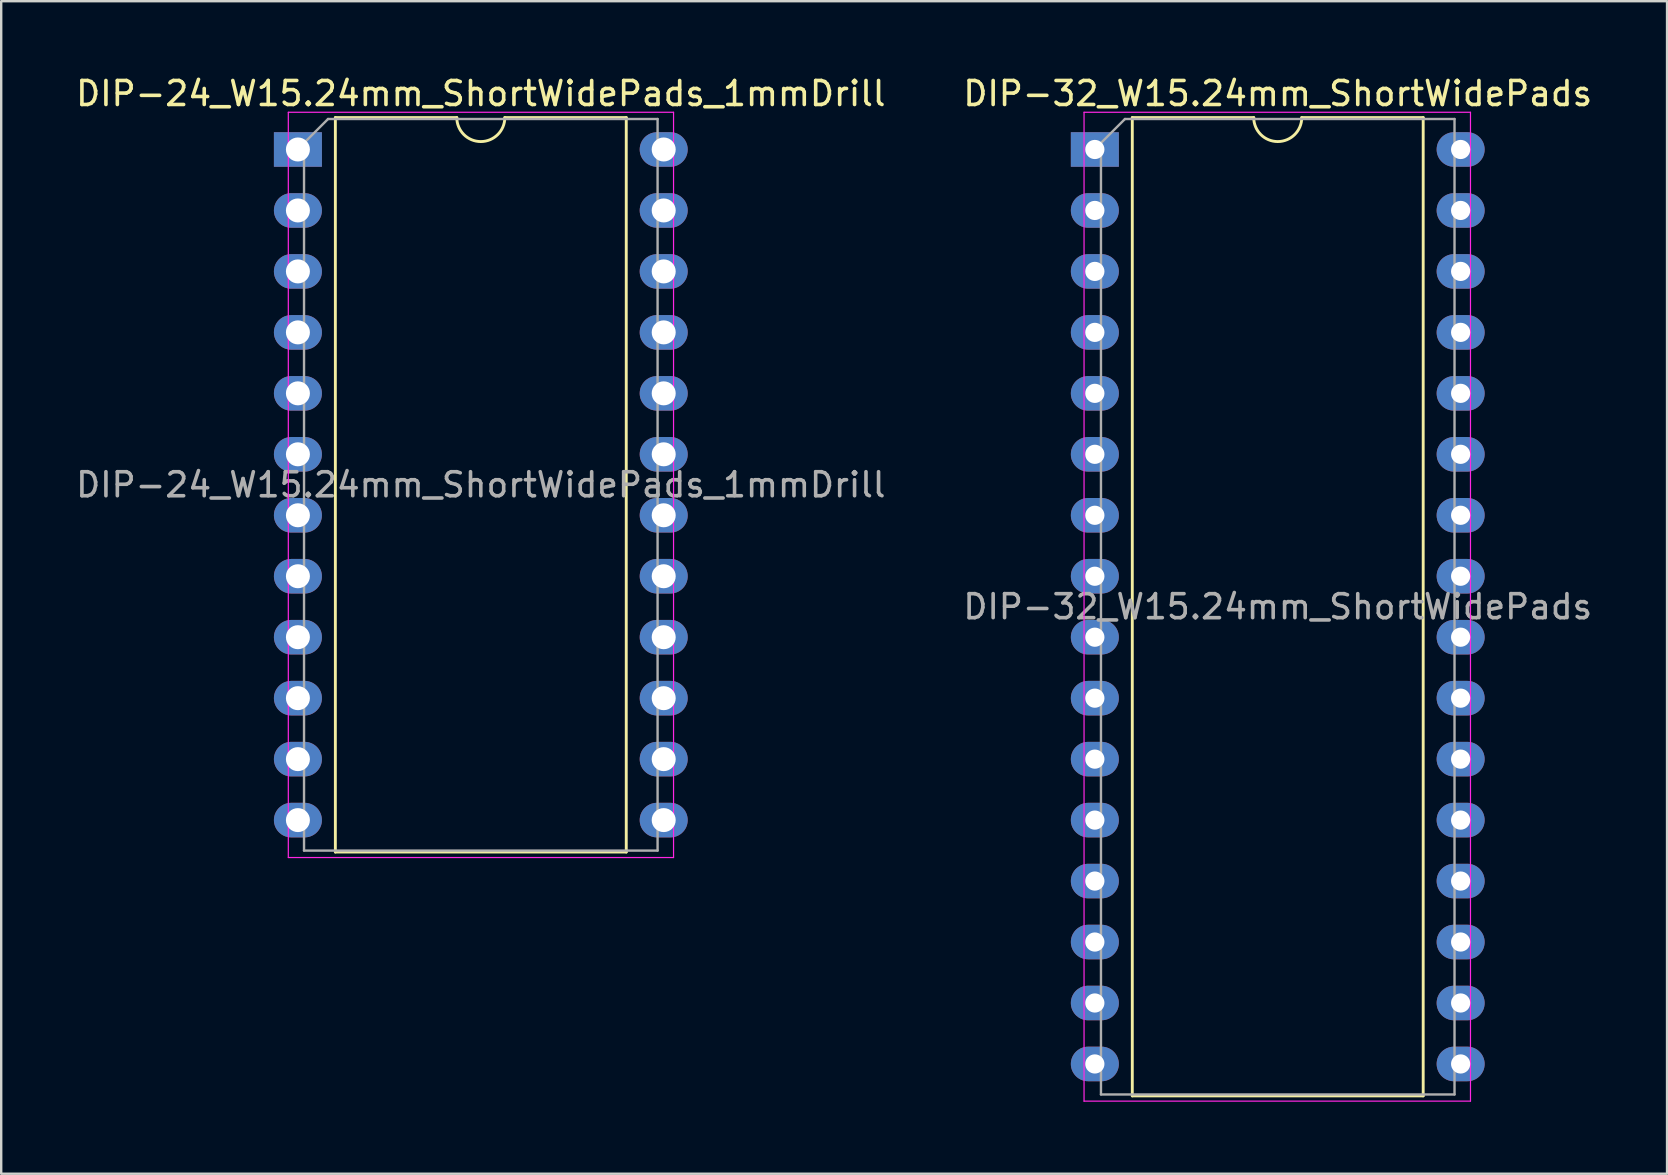
<source format=kicad_pcb>
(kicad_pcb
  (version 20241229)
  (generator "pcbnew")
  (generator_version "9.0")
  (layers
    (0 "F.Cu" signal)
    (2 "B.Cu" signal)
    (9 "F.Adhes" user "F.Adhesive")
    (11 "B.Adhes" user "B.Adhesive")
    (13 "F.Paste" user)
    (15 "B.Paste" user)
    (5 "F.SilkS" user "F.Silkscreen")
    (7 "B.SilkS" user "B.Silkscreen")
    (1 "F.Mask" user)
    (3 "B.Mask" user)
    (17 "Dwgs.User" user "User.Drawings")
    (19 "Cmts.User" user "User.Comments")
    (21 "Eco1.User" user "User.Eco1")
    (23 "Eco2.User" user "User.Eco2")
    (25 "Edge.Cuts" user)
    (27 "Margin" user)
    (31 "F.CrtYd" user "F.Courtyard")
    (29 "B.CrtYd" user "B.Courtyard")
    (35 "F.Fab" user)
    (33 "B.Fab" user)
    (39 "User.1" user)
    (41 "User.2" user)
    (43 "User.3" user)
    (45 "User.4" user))
  (footprint "DIP-24_W15.24mm_ShortWidePads_1mmDrill"
    (layer "F.Cu")
    (at 9.362 3.178)
    (property "Reference" "DIP-24_W15.24mm_ShortWidePads_1mmDrill" (at 7.62 -2.33 0) (layer "F.SilkS") (effects (font (size 1 1) (thickness 0.15))))
    (attr through_hole)
    (fp_line (start 1.56 -1.33) (end 1.56 29.27) (stroke (width 0.12) (type solid)) (layer "F.SilkS"))
    (fp_line (start 1.56 29.27) (end 13.68 29.27) (stroke (width 0.12) (type solid)) (layer "F.SilkS"))
    (fp_line (start 6.62 -1.33) (end 1.56 -1.33) (stroke (width 0.12) (type solid)) (layer "F.SilkS"))
    (fp_line (start 13.68 -1.33) (end 8.62 -1.33) (stroke (width 0.12) (type solid)) (layer "F.SilkS"))
    (fp_line (start 13.68 29.27) (end 13.68 -1.33) (stroke (width 0.12) (type solid)) (layer "F.SilkS"))
    (fp_arc (start 8.62 -1.33) (mid 7.62 -0.33) (end 6.62 -1.33) (stroke (width 0.12) (type solid)) (layer "F.SilkS"))
    (fp_line (start -0.4 -1.55) (end -0.4 29.5) (stroke (width 0.05) (type solid)) (layer "F.CrtYd"))
    (fp_line (start -0.4 29.5) (end 15.65 29.5) (stroke (width 0.05) (type solid)) (layer "F.CrtYd"))
    (fp_line (start 15.65 -1.55) (end -0.4 -1.55) (stroke (width 0.05) (type solid)) (layer "F.CrtYd"))
    (fp_line (start 15.65 29.5) (end 15.65 -1.55) (stroke (width 0.05) (type solid)) (layer "F.CrtYd"))
    (fp_line (start 0.255 -0.27) (end 1.255 -1.27) (stroke (width 0.1) (type solid)) (layer "F.Fab"))
    (fp_line (start 0.255 29.21) (end 0.255 -0.27) (stroke (width 0.1) (type solid)) (layer "F.Fab"))
    (fp_line (start 1.255 -1.27) (end 14.985 -1.27) (stroke (width 0.1) (type solid)) (layer "F.Fab"))
    (fp_line (start 14.985 -1.27) (end 14.985 29.21) (stroke (width 0.1) (type solid)) (layer "F.Fab"))
    (fp_line (start 14.985 29.21) (end 0.255 29.21) (stroke (width 0.1) (type solid)) (layer "F.Fab"))
    (fp_text user "${REFERENCE}" (at 7.62 13.97 0) (layer "F.Fab") (effects (font (size 1 1) (thickness 0.15))))
    (pad "1" thru_hole rect (at 0 0) (size 2 1.44) (drill 1) (layers "*.Cu" "*.Mask"))
    (pad "2" thru_hole oval (at 0 2.54) (size 2 1.44) (drill 1) (layers "*.Cu" "*.Mask"))
    (pad "3" thru_hole oval (at 0 5.08) (size 2 1.44) (drill 1) (layers "*.Cu" "*.Mask"))
    (pad "4" thru_hole oval (at 0 7.62) (size 2 1.44) (drill 1) (layers "*.Cu" "*.Mask"))
    (pad "5" thru_hole oval (at 0 10.16) (size 2 1.44) (drill 1) (layers "*.Cu" "*.Mask"))
    (pad "6" thru_hole oval (at 0 12.7) (size 2 1.44) (drill 1) (layers "*.Cu" "*.Mask"))
    (pad "7" thru_hole oval (at 0 15.24) (size 2 1.44) (drill 1) (layers "*.Cu" "*.Mask"))
    (pad "8" thru_hole oval (at 0 17.78) (size 2 1.44) (drill 1) (layers "*.Cu" "*.Mask"))
    (pad "9" thru_hole oval (at 0 20.32) (size 2 1.44) (drill 1) (layers "*.Cu" "*.Mask"))
    (pad "10" thru_hole oval (at 0 22.86) (size 2 1.44) (drill 1) (layers "*.Cu" "*.Mask"))
    (pad "11" thru_hole oval (at 0 25.4) (size 2 1.44) (drill 1) (layers "*.Cu" "*.Mask"))
    (pad "12" thru_hole oval (at 0 27.94) (size 2 1.44) (drill 1) (layers "*.Cu" "*.Mask"))
    (pad "13" thru_hole oval (at 15.24 27.94) (size 2 1.44) (drill 1) (layers "*.Cu" "*.Mask"))
    (pad "14" thru_hole oval (at 15.24 25.4) (size 2 1.44) (drill 1) (layers "*.Cu" "*.Mask"))
    (pad "15" thru_hole oval (at 15.24 22.86) (size 2 1.44) (drill 1) (layers "*.Cu" "*.Mask"))
    (pad "16" thru_hole oval (at 15.24 20.32) (size 2 1.44) (drill 1) (layers "*.Cu" "*.Mask"))
    (pad "17" thru_hole oval (at 15.24 17.78) (size 2 1.44) (drill 1) (layers "*.Cu" "*.Mask"))
    (pad "18" thru_hole oval (at 15.24 15.24) (size 2 1.44) (drill 1) (layers "*.Cu" "*.Mask"))
    (pad "19" thru_hole oval (at 15.24 12.7) (size 2 1.44) (drill 1) (layers "*.Cu" "*.Mask"))
    (pad "20" thru_hole oval (at 15.24 10.16) (size 2 1.44) (drill 1) (layers "*.Cu" "*.Mask"))
    (pad "21" thru_hole oval (at 15.24 7.62) (size 2 1.44) (drill 1) (layers "*.Cu" "*.Mask"))
    (pad "22" thru_hole oval (at 15.24 5.08) (size 2 1.44) (drill 1) (layers "*.Cu" "*.Mask"))
    (pad "23" thru_hole oval (at 15.24 2.54) (size 2 1.44) (drill 1) (layers "*.Cu" "*.Mask"))
    (pad "24" thru_hole oval (at 15.24 0) (size 2 1.44) (drill 1) (layers "*.Cu" "*.Mask")))
  (footprint "DIP-32_W15.24mm_ShortWidePads"
    (layer "F.Cu")
    (at 42.565 3.178)
    (property "Reference" "DIP-32_W15.24mm_ShortWidePads" (at 7.62 -2.33 0) (layer "F.SilkS") (effects (font (size 1 1) (thickness 0.15))))
    (attr through_hole)
    (fp_line (start 1.56 -1.33) (end 1.56 39.43) (stroke (width 0.12) (type solid)) (layer "F.SilkS"))
    (fp_line (start 1.56 39.43) (end 13.68 39.43) (stroke (width 0.12) (type solid)) (layer "F.SilkS"))
    (fp_line (start 6.62 -1.33) (end 1.56 -1.33) (stroke (width 0.12) (type solid)) (layer "F.SilkS"))
    (fp_line (start 13.68 -1.33) (end 8.62 -1.33) (stroke (width 0.12) (type solid)) (layer "F.SilkS"))
    (fp_line (start 13.68 39.43) (end 13.68 -1.33) (stroke (width 0.12) (type solid)) (layer "F.SilkS"))
    (fp_arc (start 8.62 -1.33) (mid 7.62 -0.33) (end 6.62 -1.33) (stroke (width 0.12) (type solid)) (layer "F.SilkS"))
    (fp_line (start -0.45 -1.55) (end -0.45 39.65) (stroke (width 0.05) (type solid)) (layer "F.CrtYd"))
    (fp_line (start -0.45 39.65) (end 15.65 39.65) (stroke (width 0.05) (type solid)) (layer "F.CrtYd"))
    (fp_line (start 15.65 -1.55) (end -0.45 -1.55) (stroke (width 0.05) (type solid)) (layer "F.CrtYd"))
    (fp_line (start 15.65 39.65) (end 15.65 -1.55) (stroke (width 0.05) (type solid)) (layer "F.CrtYd"))
    (fp_line (start 0.255 -0.27) (end 1.255 -1.27) (stroke (width 0.1) (type solid)) (layer "F.Fab"))
    (fp_line (start 0.255 39.37) (end 0.255 -0.27) (stroke (width 0.1) (type solid)) (layer "F.Fab"))
    (fp_line (start 1.255 -1.27) (end 14.985 -1.27) (stroke (width 0.1) (type solid)) (layer "F.Fab"))
    (fp_line (start 14.985 -1.27) (end 14.985 39.37) (stroke (width 0.1) (type solid)) (layer "F.Fab"))
    (fp_line (start 14.985 39.37) (end 0.255 39.37) (stroke (width 0.1) (type solid)) (layer "F.Fab"))
    (fp_text user "${REFERENCE}" (at 7.62 19.05 0) (layer "F.Fab") (effects (font (size 1 1) (thickness 0.15))))
    (pad "1" thru_hole rect (at 0 0) (size 2 1.44) (drill 0.8) (layers "*.Cu" "*.Mask"))
    (pad "2" thru_hole oval (at 0 2.54) (size 2 1.44) (drill 0.8) (layers "*.Cu" "*.Mask"))
    (pad "3" thru_hole oval (at 0 5.08) (size 2 1.44) (drill 0.8) (layers "*.Cu" "*.Mask"))
    (pad "4" thru_hole oval (at 0 7.62) (size 2 1.44) (drill 0.8) (layers "*.Cu" "*.Mask"))
    (pad "5" thru_hole oval (at 0 10.16) (size 2 1.44) (drill 0.8) (layers "*.Cu" "*.Mask"))
    (pad "6" thru_hole oval (at 0 12.7) (size 2 1.44) (drill 0.8) (layers "*.Cu" "*.Mask"))
    (pad "7" thru_hole oval (at 0 15.24) (size 2 1.44) (drill 0.8) (layers "*.Cu" "*.Mask"))
    (pad "8" thru_hole oval (at 0 17.78) (size 2 1.44) (drill 0.8) (layers "*.Cu" "*.Mask"))
    (pad "9" thru_hole oval (at 0 20.32) (size 2 1.44) (drill 0.8) (layers "*.Cu" "*.Mask"))
    (pad "10" thru_hole oval (at 0 22.86) (size 2 1.44) (drill 0.8) (layers "*.Cu" "*.Mask"))
    (pad "11" thru_hole oval (at 0 25.4) (size 2 1.44) (drill 0.8) (layers "*.Cu" "*.Mask"))
    (pad "12" thru_hole oval (at 0 27.94) (size 2 1.44) (drill 0.8) (layers "*.Cu" "*.Mask"))
    (pad "13" thru_hole oval (at 0 30.48) (size 2 1.44) (drill 0.8) (layers "*.Cu" "*.Mask"))
    (pad "14" thru_hole oval (at 0 33.02) (size 2 1.44) (drill 0.8) (layers "*.Cu" "*.Mask"))
    (pad "15" thru_hole oval (at 0 35.56) (size 2 1.44) (drill 0.8) (layers "*.Cu" "*.Mask"))
    (pad "16" thru_hole oval (at 0 38.1) (size 2 1.44) (drill 0.8) (layers "*.Cu" "*.Mask"))
    (pad "17" thru_hole oval (at 15.24 38.1) (size 2 1.44) (drill 0.8) (layers "*.Cu" "*.Mask"))
    (pad "18" thru_hole oval (at 15.24 35.56) (size 2 1.44) (drill 0.8) (layers "*.Cu" "*.Mask"))
    (pad "19" thru_hole oval (at 15.24 33.02) (size 2 1.44) (drill 0.8) (layers "*.Cu" "*.Mask"))
    (pad "20" thru_hole oval (at 15.24 30.48) (size 2 1.44) (drill 0.8) (layers "*.Cu" "*.Mask"))
    (pad "21" thru_hole oval (at 15.24 27.94) (size 2 1.44) (drill 0.8) (layers "*.Cu" "*.Mask"))
    (pad "22" thru_hole oval (at 15.24 25.4) (size 2 1.44) (drill 0.8) (layers "*.Cu" "*.Mask"))
    (pad "23" thru_hole oval (at 15.24 22.86) (size 2 1.44) (drill 0.8) (layers "*.Cu" "*.Mask"))
    (pad "24" thru_hole oval (at 15.24 20.32) (size 2 1.44) (drill 0.8) (layers "*.Cu" "*.Mask"))
    (pad "25" thru_hole oval (at 15.24 17.78) (size 2 1.44) (drill 0.8) (layers "*.Cu" "*.Mask"))
    (pad "26" thru_hole oval (at 15.24 15.24) (size 2 1.44) (drill 0.8) (layers "*.Cu" "*.Mask"))
    (pad "27" thru_hole oval (at 15.24 12.7) (size 2 1.44) (drill 0.8) (layers "*.Cu" "*.Mask"))
    (pad "28" thru_hole oval (at 15.24 10.16) (size 2 1.44) (drill 0.8) (layers "*.Cu" "*.Mask"))
    (pad "29" thru_hole oval (at 15.24 7.62) (size 2 1.44) (drill 0.8) (layers "*.Cu" "*.Mask"))
    (pad "30" thru_hole oval (at 15.24 5.08) (size 2 1.44) (drill 0.8) (layers "*.Cu" "*.Mask"))
    (pad "31" thru_hole oval (at 15.24 2.54) (size 2 1.44) (drill 0.8) (layers "*.Cu" "*.Mask"))
    (pad "32" thru_hole oval (at 15.24 0) (size 2 1.44) (drill 0.8) (layers "*.Cu" "*.Mask")))
  (gr_rect
    (start -3 -3)
    (end 66.405 45.853)
    (stroke (width 0.1) (type default))
    (fill no)
    (layer "Edge.Cuts")))
</source>
